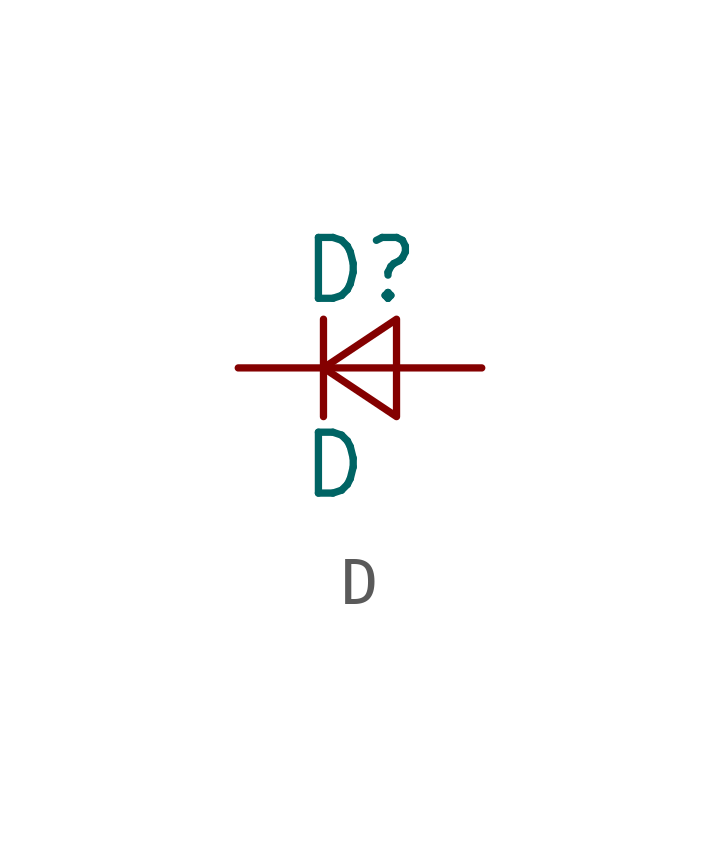
<source format=kicad_sym>
(kicad_symbol_lib
  (version 20220914)
  (generator kicad_symbol_editor)
  (symbol "D"
    (pin_numbers hide)
    (pin_names
      (offset 0.254) hide)
    (property "Reference" "D"
      (at -1.27 2.032 0)
      (effects (font (size 1.27 1.27)) (justify left)))
    (property "Value" "D"
      (at -1.27 -2.032 0)
      (effects (font (size 1.27 1.27)) (justify left)))
    (symbol "D_0_1"
      (polyline (pts (xy -0.762 -1.016) (xy -0.762 1.016)) (stroke (width 0) (type default)) (fill (type none)))
      (polyline (pts (xy -0.762 0) (xy 0.762 0)) (stroke (width 0) (type default)) (fill (type none)))
      (polyline (pts (xy 0.762 -1.016) (xy -0.762 0) (xy 0.762 1.016) (xy 0.762 -1.016)) (stroke (width 0) (type default)) (fill (type none))))
    (symbol "D_1_1"
      (pin passive line (at -2.54 0 0) (length 1.778) (name "K" (effects (font (size 1.27 1.27)))) (number "1" (effects (font (size 1.27 1.27)))))
      (pin passive line (at 2.54 0 180) (length 1.778) (name "A" (effects (font (size 1.27 1.27)))) (number "2" (effects (font (size 1.27 1.27))))))))
</source>
